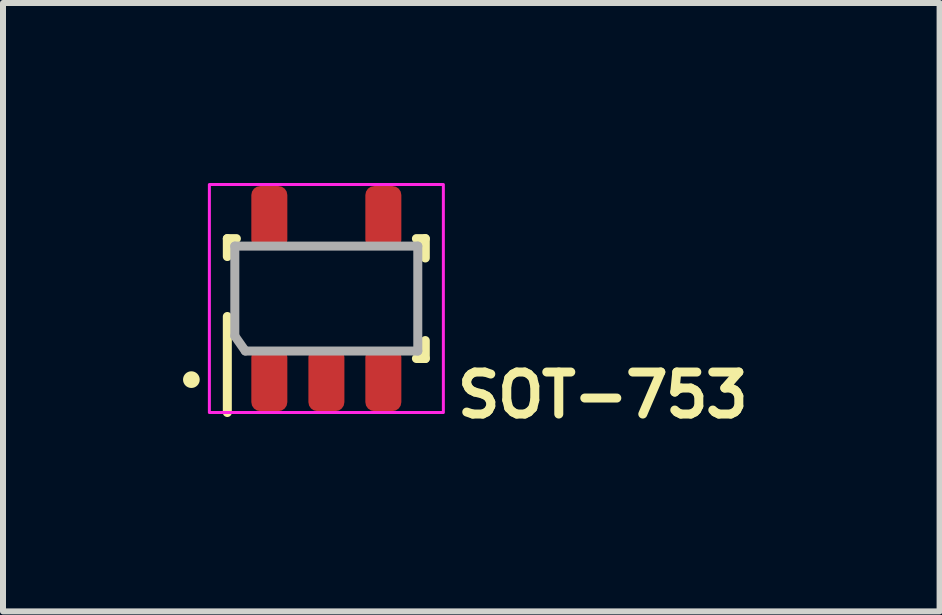
<source format=kicad_pcb>
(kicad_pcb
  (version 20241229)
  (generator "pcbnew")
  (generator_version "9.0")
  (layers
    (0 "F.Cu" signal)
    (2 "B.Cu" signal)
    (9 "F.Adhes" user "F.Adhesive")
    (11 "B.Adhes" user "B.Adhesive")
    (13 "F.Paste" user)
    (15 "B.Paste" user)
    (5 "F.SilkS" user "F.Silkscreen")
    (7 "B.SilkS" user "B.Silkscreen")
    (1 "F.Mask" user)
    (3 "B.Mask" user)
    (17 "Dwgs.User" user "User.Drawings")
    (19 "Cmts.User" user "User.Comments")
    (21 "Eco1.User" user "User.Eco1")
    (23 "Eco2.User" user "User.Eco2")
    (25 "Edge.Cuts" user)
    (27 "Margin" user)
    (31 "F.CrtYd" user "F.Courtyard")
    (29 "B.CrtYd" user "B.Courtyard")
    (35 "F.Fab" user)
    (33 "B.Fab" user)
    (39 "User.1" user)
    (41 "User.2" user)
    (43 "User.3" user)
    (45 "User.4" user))
  (footprint "SOT-753"
    (layer "F.Cu")
    (at 2.389 1.926)
    (property "Reference" "SOT-753" (at 2.107 2.017 180) (layer "F.SilkS") (effects (font (size 0.7 0.7) (thickness 0.15)) (justify left bottom)))
    (attr smd)
    (fp_line (start -1.651 -1) (end -1.5 -1) (stroke (width 0.15) (type solid)) (layer "F.SilkS"))
    (fp_line (start -1.651 -0.701) (end -1.651 -1) (stroke (width 0.15) (type solid)) (layer "F.SilkS"))
    (fp_line (start -1.651 0.298) (end -1.651 1.898) (stroke (width 0.15) (type solid)) (layer "F.SilkS"))
    (fp_line (start 1.648 -1) (end 1.5 -1) (stroke (width 0.15) (type solid)) (layer "F.SilkS"))
    (fp_line (start 1.648 -0.677) (end 1.648 -1) (stroke (width 0.15) (type solid)) (layer "F.SilkS"))
    (fp_line (start 1.648 0.699) (end 1.648 0.998) (stroke (width 0.15) (type solid)) (layer "F.SilkS"))
    (fp_line (start 1.648 0.998) (end 1.5 0.998) (stroke (width 0.15) (type solid)) (layer "F.SilkS"))
    (fp_circle (center -2.25 1.35) (end -2.21 1.4) (stroke (width 0.15) (type solid)) (fill yes) (layer "F.SilkS"))
    (fp_rect (start 1.949 1.898) (end -1.95 -1.901) (stroke (width 0.05) (type solid)) (fill no) (layer "F.CrtYd"))
    (fp_line (start -1.526 -0.875) (end -1.526 0.623) (stroke (width 0.15) (type solid)) (layer "F.Fab"))
    (fp_line (start -1.351 0.873) (end -1.526 0.623) (stroke (width 0.15) (type solid)) (layer "F.Fab"))
    (fp_line (start 1.523 -0.875) (end -1.526 -0.875) (stroke (width 0.15) (type solid)) (layer "F.Fab"))
    (fp_line (start 1.523 0.873) (end -1.351 0.873) (stroke (width 0.15) (type solid)) (layer "F.Fab"))
    (fp_line (start 1.523 0.873) (end 1.523 -0.875) (stroke (width 0.15) (type solid)) (layer "F.Fab"))
    (fp_rect (start 1.449 1.398) (end -1.45 -1.401) (stroke (width 0.1) (type solid)) (fill no) (layer "User.5"))
    (fp_line (start -1.45 -0.802) (end -1.45 0.8) (stroke (width 0.02) (type solid)) (layer "User.9"))
    (fp_line (start -1.45 -0.802) (end 1.449 -0.802) (stroke (width 0.02) (type solid)) (layer "User.9"))
    (fp_line (start -1.45 0.8) (end 1.449 0.8) (stroke (width 0.02) (type solid)) (layer "User.9"))
    (fp_line (start -1.375 -0.725) (end -1.45 -0.802) (stroke (width 0.02) (type solid)) (layer "User.9"))
    (fp_line (start -1.375 -0.725) (end -1.335 -0.686) (stroke (width 0.02) (type solid)) (layer "User.9"))
    (fp_line (start -1.375 0.723) (end -1.45 0.8) (stroke (width 0.02) (type solid)) (layer "User.9"))
    (fp_line (start -1.335 0.684) (end -1.375 0.723) (stroke (width 0.02) (type solid)) (layer "User.9"))
    (fp_line (start -1.149 -1.4) (end -1.149 -1.195) (stroke (width 0.02) (type solid)) (layer "User.9"))
    (fp_line (start -1.149 -1.4) (end -0.749 -1.4) (stroke (width 0.02) (type solid)) (layer "User.9"))
    (fp_line (start -1.149 -1.098) (end -1.149 -1.195) (stroke (width 0.02) (type solid)) (layer "User.9"))
    (fp_line (start -1.149 -1.013) (end -1.149 -1.098) (stroke (width 0.02) (type solid)) (layer "User.9"))
    (fp_line (start -1.149 -0.916) (end -1.149 -1.013) (stroke (width 0.02) (type solid)) (layer "User.9"))
    (fp_line (start -1.149 -0.916) (end -1.149 -0.802) (stroke (width 0.02) (type solid)) (layer "User.9"))
    (fp_line (start -1.149 -0.802) (end -0.749 -0.802) (stroke (width 0.02) (type solid)) (layer "User.9"))
    (fp_line (start -1.149 0.8) (end -1.149 0.914) (stroke (width 0.02) (type solid)) (layer "User.9"))
    (fp_line (start -1.149 0.8) (end -0.749 0.8) (stroke (width 0.02) (type solid)) (layer "User.9"))
    (fp_line (start -1.149 0.914) (end -1.149 1.012) (stroke (width 0.02) (type solid)) (layer "User.9"))
    (fp_line (start -1.149 1.012) (end -1.149 1.095) (stroke (width 0.02) (type solid)) (layer "User.9"))
    (fp_line (start -1.149 1.095) (end -1.149 1.194) (stroke (width 0.02) (type solid)) (layer "User.9"))
    (fp_line (start -1.149 1.194) (end -1.149 1.399) (stroke (width 0.02) (type solid)) (layer "User.9"))
    (fp_line (start -1.149 1.399) (end -0.749 1.399) (stroke (width 0.02) (type solid)) (layer "User.9"))
    (fp_line (start -1.051 0.478) (end -1.051 0.478) (stroke (width 0.02) (type solid)) (layer "User.9"))
    (fp_line (start -1.051 0.478) (end -1.051 0.478) (stroke (width 0.02) (type solid)) (layer "User.9"))
    (fp_line (start -1.051 0.478) (end -1.049 0.474) (stroke (width 0.02) (type solid)) (layer "User.9"))
    (fp_line (start -1.049 0.464) (end -1.047 0.459) (stroke (width 0.02) (type solid)) (layer "User.9"))
    (fp_line (start -1.049 0.469) (end -1.049 0.464) (stroke (width 0.02) (type solid)) (layer "User.9"))
    (fp_line (start -1.049 0.474) (end -1.049 0.469) (stroke (width 0.02) (type solid)) (layer "User.9"))
    (fp_line (start -1.049 0.484) (end -1.051 0.478) (stroke (width 0.02) (type solid)) (layer "User.9"))
    (fp_line (start -1.049 0.489) (end -1.049 0.484) (stroke (width 0.02) (type solid)) (layer "User.9"))
    (fp_line (start -1.049 0.494) (end -1.049 0.489) (stroke (width 0.02) (type solid)) (layer "User.9"))
    (fp_line (start -1.047 0.455) (end -1.045 0.45) (stroke (width 0.02) (type solid)) (layer "User.9"))
    (fp_line (start -1.047 0.459) (end -1.047 0.455) (stroke (width 0.02) (type solid)) (layer "User.9"))
    (fp_line (start -1.047 0.499) (end -1.049 0.494) (stroke (width 0.02) (type solid)) (layer "User.9"))
    (fp_line (start -1.047 0.503) (end -1.047 0.499) (stroke (width 0.02) (type solid)) (layer "User.9"))
    (fp_line (start -1.045 0.45) (end -1.043 0.444) (stroke (width 0.02) (type solid)) (layer "User.9"))
    (fp_line (start -1.045 0.508) (end -1.047 0.503) (stroke (width 0.02) (type solid)) (layer "User.9"))
    (fp_line (start -1.043 0.44) (end -1.041 0.435) (stroke (width 0.02) (type solid)) (layer "User.9"))
    (fp_line (start -1.043 0.444) (end -1.043 0.44) (stroke (width 0.02) (type solid)) (layer "User.9"))
    (fp_line (start -1.043 0.514) (end -1.045 0.508) (stroke (width 0.02) (type solid)) (layer "User.9"))
    (fp_line (start -1.043 0.518) (end -1.043 0.514) (stroke (width 0.02) (type solid)) (layer "User.9"))
    (fp_line (start -1.041 0.435) (end -1.037 0.431) (stroke (width 0.02) (type solid)) (layer "User.9"))
    (fp_line (start -1.041 0.523) (end -1.043 0.518) (stroke (width 0.02) (type solid)) (layer "User.9"))
    (fp_line (start -1.037 0.431) (end -1.035 0.427) (stroke (width 0.02) (type solid)) (layer "User.9"))
    (fp_line (start -1.037 0.527) (end -1.041 0.523) (stroke (width 0.02) (type solid)) (layer "User.9"))
    (fp_line (start -1.035 0.427) (end -1.033 0.423) (stroke (width 0.02) (type solid)) (layer "User.9"))
    (fp_line (start -1.035 0.531) (end -1.037 0.527) (stroke (width 0.02) (type solid)) (layer "User.9"))
    (fp_line (start -1.033 0.423) (end -1.031 0.419) (stroke (width 0.02) (type solid)) (layer "User.9"))
    (fp_line (start -1.033 0.535) (end -1.035 0.531) (stroke (width 0.02) (type solid)) (layer "User.9"))
    (fp_line (start -1.031 0.419) (end -1.027 0.415) (stroke (width 0.02) (type solid)) (layer "User.9"))
    (fp_line (start -1.031 0.539) (end -1.033 0.535) (stroke (width 0.02) (type solid)) (layer "User.9"))
    (fp_line (start -1.027 0.415) (end -1.025 0.412) (stroke (width 0.02) (type solid)) (layer "User.9"))
    (fp_line (start -1.027 0.543) (end -1.031 0.539) (stroke (width 0.02) (type solid)) (layer "User.9"))
    (fp_line (start -1.025 0.412) (end -1.02 0.409) (stroke (width 0.02) (type solid)) (layer "User.9"))
    (fp_line (start -1.025 0.547) (end -1.027 0.543) (stroke (width 0.02) (type solid)) (layer "User.9"))
    (fp_line (start -1.02 0.409) (end -1.018 0.405) (stroke (width 0.02) (type solid)) (layer "User.9"))
    (fp_line (start -1.02 0.55) (end -1.025 0.547) (stroke (width 0.02) (type solid)) (layer "User.9"))
    (fp_line (start -1.018 0.405) (end -1.014 0.402) (stroke (width 0.02) (type solid)) (layer "User.9"))
    (fp_line (start -1.018 0.554) (end -1.02 0.55) (stroke (width 0.02) (type solid)) (layer "User.9"))
    (fp_line (start -1.014 0.402) (end -1.01 0.399) (stroke (width 0.02) (type solid)) (layer "User.9"))
    (fp_line (start -1.014 0.557) (end -1.018 0.554) (stroke (width 0.02) (type solid)) (layer "User.9"))
    (fp_line (start -1.01 0.399) (end -1.006 0.397) (stroke (width 0.02) (type solid)) (layer "User.9"))
    (fp_line (start -1.01 0.56) (end -1.014 0.557) (stroke (width 0.02) (type solid)) (layer "User.9"))
    (fp_line (start -1.006 0.397) (end -1.002 0.394) (stroke (width 0.02) (type solid)) (layer "User.9"))
    (fp_line (start -1.006 0.562) (end -1.01 0.56) (stroke (width 0.02) (type solid)) (layer "User.9"))
    (fp_line (start -1.002 0.394) (end -0.997 0.392) (stroke (width 0.02) (type solid)) (layer "User.9"))
    (fp_line (start -1.002 0.565) (end -1.006 0.562) (stroke (width 0.02) (type solid)) (layer "User.9"))
    (fp_line (start -0.997 0.392) (end -0.993 0.389) (stroke (width 0.02) (type solid)) (layer "User.9"))
    (fp_line (start -0.997 0.567) (end -1.002 0.565) (stroke (width 0.02) (type solid)) (layer "User.9"))
    (fp_line (start -0.993 0.389) (end -0.988 0.387) (stroke (width 0.02) (type solid)) (layer "User.9"))
    (fp_line (start -0.993 0.57) (end -0.997 0.567) (stroke (width 0.02) (type solid)) (layer "User.9"))
    (fp_line (start -0.988 0.387) (end -0.984 0.386) (stroke (width 0.02) (type solid)) (layer "User.9"))
    (fp_line (start -0.988 0.572) (end -0.993 0.57) (stroke (width 0.02) (type solid)) (layer "User.9"))
    (fp_line (start -0.984 0.386) (end -0.979 0.384) (stroke (width 0.02) (type solid)) (layer "User.9"))
    (fp_line (start -0.984 0.573) (end -0.988 0.572) (stroke (width 0.02) (type solid)) (layer "User.9"))
    (fp_line (start -0.979 0.384) (end -0.974 0.382) (stroke (width 0.02) (type solid)) (layer "User.9"))
    (fp_line (start -0.979 0.575) (end -0.984 0.573) (stroke (width 0.02) (type solid)) (layer "User.9"))
    (fp_line (start -0.974 0.382) (end -0.97 0.381) (stroke (width 0.02) (type solid)) (layer "User.9"))
    (fp_line (start -0.974 0.575) (end -0.979 0.575) (stroke (width 0.02) (type solid)) (layer "User.9"))
    (fp_line (start -0.97 0.381) (end -0.965 0.38) (stroke (width 0.02) (type solid)) (layer "User.9"))
    (fp_line (start -0.97 0.576) (end -0.974 0.575) (stroke (width 0.02) (type solid)) (layer "User.9"))
    (fp_line (start -0.965 0.38) (end -0.96 0.379) (stroke (width 0.02) (type solid)) (layer "User.9"))
    (fp_line (start -0.965 0.577) (end -0.97 0.576) (stroke (width 0.02) (type solid)) (layer "User.9"))
    (fp_line (start -0.96 0.379) (end -0.956 0.379) (stroke (width 0.02) (type solid)) (layer "User.9"))
    (fp_line (start -0.96 0.578) (end -0.965 0.577) (stroke (width 0.02) (type solid)) (layer "User.9"))
    (fp_line (start -0.956 0.379) (end -0.95 0.378) (stroke (width 0.02) (type solid)) (layer "User.9"))
    (fp_line (start -0.956 0.578) (end -0.96 0.578) (stroke (width 0.02) (type solid)) (layer "User.9"))
    (fp_line (start -0.95 0.378) (end -0.95 0.378) (stroke (width 0.02) (type solid)) (layer "User.9"))
    (fp_line (start -0.95 0.378) (end -0.945 0.379) (stroke (width 0.02) (type solid)) (layer "User.9"))
    (fp_line (start -0.95 0.578) (end -0.956 0.578) (stroke (width 0.02) (type solid)) (layer "User.9"))
    (fp_line (start -0.95 0.578) (end -0.95 0.578) (stroke (width 0.02) (type solid)) (layer "User.9"))
    (fp_line (start -0.945 0.379) (end -0.94 0.379) (stroke (width 0.02) (type solid)) (layer "User.9"))
    (fp_line (start -0.945 0.578) (end -0.95 0.578) (stroke (width 0.02) (type solid)) (layer "User.9"))
    (fp_line (start -0.94 0.379) (end -0.935 0.38) (stroke (width 0.02) (type solid)) (layer "User.9"))
    (fp_line (start -0.94 0.578) (end -0.945 0.578) (stroke (width 0.02) (type solid)) (layer "User.9"))
    (fp_line (start -0.935 0.38) (end -0.93 0.381) (stroke (width 0.02) (type solid)) (layer "User.9"))
    (fp_line (start -0.935 0.577) (end -0.94 0.578) (stroke (width 0.02) (type solid)) (layer "User.9"))
    (fp_line (start -0.93 0.381) (end -0.926 0.382) (stroke (width 0.02) (type solid)) (layer "User.9"))
    (fp_line (start -0.93 0.576) (end -0.935 0.577) (stroke (width 0.02) (type solid)) (layer "User.9"))
    (fp_line (start -0.926 0.382) (end -0.921 0.384) (stroke (width 0.02) (type solid)) (layer "User.9"))
    (fp_line (start -0.926 0.575) (end -0.93 0.576) (stroke (width 0.02) (type solid)) (layer "User.9"))
    (fp_line (start -0.921 0.384) (end -0.916 0.386) (stroke (width 0.02) (type solid)) (layer "User.9"))
    (fp_line (start -0.921 0.575) (end -0.926 0.575) (stroke (width 0.02) (type solid)) (layer "User.9"))
    (fp_line (start -0.916 0.386) (end -0.912 0.387) (stroke (width 0.02) (type solid)) (layer "User.9"))
    (fp_line (start -0.916 0.573) (end -0.921 0.575) (stroke (width 0.02) (type solid)) (layer "User.9"))
    (fp_line (start -0.912 0.387) (end -0.907 0.389) (stroke (width 0.02) (type solid)) (layer "User.9"))
    (fp_line (start -0.912 0.572) (end -0.916 0.573) (stroke (width 0.02) (type solid)) (layer "User.9"))
    (fp_line (start -0.907 0.389) (end -0.903 0.392) (stroke (width 0.02) (type solid)) (layer "User.9"))
    (fp_line (start -0.907 0.57) (end -0.912 0.572) (stroke (width 0.02) (type solid)) (layer "User.9"))
    (fp_line (start -0.903 0.392) (end -0.899 0.394) (stroke (width 0.02) (type solid)) (layer "User.9"))
    (fp_line (start -0.903 0.567) (end -0.907 0.57) (stroke (width 0.02) (type solid)) (layer "User.9"))
    (fp_line (start -0.899 0.394) (end -0.894 0.397) (stroke (width 0.02) (type solid)) (layer "User.9"))
    (fp_line (start -0.899 0.565) (end -0.903 0.567) (stroke (width 0.02) (type solid)) (layer "User.9"))
    (fp_line (start -0.894 0.397) (end -0.89 0.399) (stroke (width 0.02) (type solid)) (layer "User.9"))
    (fp_line (start -0.894 0.562) (end -0.899 0.565) (stroke (width 0.02) (type solid)) (layer "User.9"))
    (fp_line (start -0.89 0.399) (end -0.886 0.402) (stroke (width 0.02) (type solid)) (layer "User.9"))
    (fp_line (start -0.89 0.56) (end -0.894 0.562) (stroke (width 0.02) (type solid)) (layer "User.9"))
    (fp_line (start -0.886 0.402) (end -0.882 0.405) (stroke (width 0.02) (type solid)) (layer "User.9"))
    (fp_line (start -0.886 0.557) (end -0.89 0.56) (stroke (width 0.02) (type solid)) (layer "User.9"))
    (fp_line (start -0.882 0.405) (end -0.879 0.409) (stroke (width 0.02) (type solid)) (layer "User.9"))
    (fp_line (start -0.882 0.554) (end -0.886 0.557) (stroke (width 0.02) (type solid)) (layer "User.9"))
    (fp_line (start -0.879 0.409) (end -0.875 0.412) (stroke (width 0.02) (type solid)) (layer "User.9"))
    (fp_line (start -0.879 0.55) (end -0.882 0.554) (stroke (width 0.02) (type solid)) (layer "User.9"))
    (fp_line (start -0.875 0.412) (end -0.872 0.415) (stroke (width 0.02) (type solid)) (layer "User.9"))
    (fp_line (start -0.875 0.547) (end -0.879 0.55) (stroke (width 0.02) (type solid)) (layer "User.9"))
    (fp_line (start -0.872 0.415) (end -0.869 0.419) (stroke (width 0.02) (type solid)) (layer "User.9"))
    (fp_line (start -0.872 0.543) (end -0.875 0.547) (stroke (width 0.02) (type solid)) (layer "User.9"))
    (fp_line (start -0.869 0.419) (end -0.867 0.423) (stroke (width 0.02) (type solid)) (layer "User.9"))
    (fp_line (start -0.869 0.539) (end -0.872 0.543) (stroke (width 0.02) (type solid)) (layer "User.9"))
    (fp_line (start -0.867 0.423) (end -0.864 0.427) (stroke (width 0.02) (type solid)) (layer "User.9"))
    (fp_line (start -0.867 0.535) (end -0.869 0.539) (stroke (width 0.02) (type solid)) (layer "User.9"))
    (fp_line (start -0.864 0.427) (end -0.862 0.431) (stroke (width 0.02) (type solid)) (layer "User.9"))
    (fp_line (start -0.864 0.531) (end -0.867 0.535) (stroke (width 0.02) (type solid)) (layer "User.9"))
    (fp_line (start -0.862 0.431) (end -0.859 0.435) (stroke (width 0.02) (type solid)) (layer "User.9"))
    (fp_line (start -0.862 0.527) (end -0.864 0.531) (stroke (width 0.02) (type solid)) (layer "User.9"))
    (fp_line (start -0.859 0.435) (end -0.857 0.44) (stroke (width 0.02) (type solid)) (layer "User.9"))
    (fp_line (start -0.859 0.523) (end -0.862 0.527) (stroke (width 0.02) (type solid)) (layer "User.9"))
    (fp_line (start -0.857 0.44) (end -0.856 0.444) (stroke (width 0.02) (type solid)) (layer "User.9"))
    (fp_line (start -0.857 0.518) (end -0.859 0.523) (stroke (width 0.02) (type solid)) (layer "User.9"))
    (fp_line (start -0.856 0.444) (end -0.854 0.45) (stroke (width 0.02) (type solid)) (layer "User.9"))
    (fp_line (start -0.856 0.514) (end -0.857 0.518) (stroke (width 0.02) (type solid)) (layer "User.9"))
    (fp_line (start -0.854 0.45) (end -0.853 0.455) (stroke (width 0.02) (type solid)) (layer "User.9"))
    (fp_line (start -0.854 0.508) (end -0.856 0.514) (stroke (width 0.02) (type solid)) (layer "User.9"))
    (fp_line (start -0.853 0.455) (end -0.852 0.459) (stroke (width 0.02) (type solid)) (layer "User.9"))
    (fp_line (start -0.853 0.503) (end -0.854 0.508) (stroke (width 0.02) (type solid)) (layer "User.9"))
    (fp_line (start -0.852 0.459) (end -0.851 0.464) (stroke (width 0.02) (type solid)) (layer "User.9"))
    (fp_line (start -0.852 0.499) (end -0.853 0.503) (stroke (width 0.02) (type solid)) (layer "User.9"))
    (fp_line (start -0.851 0.464) (end -0.85 0.469) (stroke (width 0.02) (type solid)) (layer "User.9"))
    (fp_line (start -0.851 0.494) (end -0.852 0.499) (stroke (width 0.02) (type solid)) (layer "User.9"))
    (fp_line (start -0.85 0.469) (end -0.85 0.474) (stroke (width 0.02) (type solid)) (layer "User.9"))
    (fp_line (start -0.85 0.474) (end -0.849 0.478) (stroke (width 0.02) (type solid)) (layer "User.9"))
    (fp_line (start -0.85 0.484) (end -0.85 0.489) (stroke (width 0.02) (type solid)) (layer "User.9"))
    (fp_line (start -0.85 0.489) (end -0.851 0.494) (stroke (width 0.02) (type solid)) (layer "User.9"))
    (fp_line (start -0.849 0.478) (end -0.85 0.484) (stroke (width 0.02) (type solid)) (layer "User.9"))
    (fp_line (start -0.849 0.478) (end -0.849 0.478) (stroke (width 0.02) (type solid)) (layer "User.9"))
    (fp_line (start -0.749 -1.4) (end -0.749 -1.195) (stroke (width 0.02) (type solid)) (layer "User.9"))
    (fp_line (start -0.749 -1.098) (end -0.749 -1.195) (stroke (width 0.02) (type solid)) (layer "User.9"))
    (fp_line (start -0.749 -1.013) (end -0.749 -1.098) (stroke (width 0.02) (type solid)) (layer "User.9"))
    (fp_line (start -0.749 -0.916) (end -0.749 -1.013) (stroke (width 0.02) (type solid)) (layer "User.9"))
    (fp_line (start -0.749 -0.916) (end -0.749 -0.802) (stroke (width 0.02) (type solid)) (layer "User.9"))
    (fp_line (start -0.749 0.8) (end -0.749 0.914) (stroke (width 0.02) (type solid)) (layer "User.9"))
    (fp_line (start -0.749 0.914) (end -0.749 1.012) (stroke (width 0.02) (type solid)) (layer "User.9"))
    (fp_line (start -0.749 1.012) (end -0.749 1.095) (stroke (width 0.02) (type solid)) (layer "User.9"))
    (fp_line (start -0.749 1.095) (end -0.749 1.194) (stroke (width 0.02) (type solid)) (layer "User.9"))
    (fp_line (start -0.749 1.194) (end -0.749 1.399) (stroke (width 0.02) (type solid)) (layer "User.9"))
    (fp_line (start -0.201 0.8) (end -0.201 0.914) (stroke (width 0.02) (type solid)) (layer "User.9"))
    (fp_line (start -0.201 0.8) (end 0.201 0.8) (stroke (width 0.02) (type solid)) (layer "User.9"))
    (fp_line (start -0.201 0.914) (end -0.201 1.012) (stroke (width 0.02) (type solid)) (layer "User.9"))
    (fp_line (start -0.201 1.012) (end -0.201 1.095) (stroke (width 0.02) (type solid)) (layer "User.9"))
    (fp_line (start -0.201 1.095) (end -0.201 1.194) (stroke (width 0.02) (type solid)) (layer "User.9"))
    (fp_line (start -0.201 1.194) (end -0.201 1.399) (stroke (width 0.02) (type solid)) (layer "User.9"))
    (fp_line (start -0.201 1.399) (end 0.201 1.399) (stroke (width 0.02) (type solid)) (layer "User.9"))
    (fp_line (start 0.201 0.8) (end 0.201 0.914) (stroke (width 0.02) (type solid)) (layer "User.9"))
    (fp_line (start 0.201 0.914) (end 0.201 1.012) (stroke (width 0.02) (type solid)) (layer "User.9"))
    (fp_line (start 0.201 1.012) (end 0.201 1.095) (stroke (width 0.02) (type solid)) (layer "User.9"))
    (fp_line (start 0.201 1.095) (end 0.201 1.194) (stroke (width 0.02) (type solid)) (layer "User.9"))
    (fp_line (start 0.201 1.194) (end 0.201 1.399) (stroke (width 0.02) (type solid)) (layer "User.9"))
    (fp_line (start 0.749 -1.4) (end 0.749 -1.195) (stroke (width 0.02) (type solid)) (layer "User.9"))
    (fp_line (start 0.749 -1.4) (end 1.15 -1.4) (stroke (width 0.02) (type solid)) (layer "User.9"))
    (fp_line (start 0.749 -1.098) (end 0.749 -1.195) (stroke (width 0.02) (type solid)) (layer "User.9"))
    (fp_line (start 0.749 -1.013) (end 0.749 -1.098) (stroke (width 0.02) (type solid)) (layer "User.9"))
    (fp_line (start 0.749 -0.916) (end 0.749 -1.013) (stroke (width 0.02) (type solid)) (layer "User.9"))
    (fp_line (start 0.749 -0.916) (end 0.749 -0.802) (stroke (width 0.02) (type solid)) (layer "User.9"))
    (fp_line (start 0.749 -0.802) (end 1.15 -0.802) (stroke (width 0.02) (type solid)) (layer "User.9"))
    (fp_line (start 0.749 0.8) (end 0.749 0.914) (stroke (width 0.02) (type solid)) (layer "User.9"))
    (fp_line (start 0.749 0.8) (end 1.15 0.8) (stroke (width 0.02) (type solid)) (layer "User.9"))
    (fp_line (start 0.749 0.914) (end 0.749 1.012) (stroke (width 0.02) (type solid)) (layer "User.9"))
    (fp_line (start 0.749 1.012) (end 0.749 1.095) (stroke (width 0.02) (type solid)) (layer "User.9"))
    (fp_line (start 0.749 1.095) (end 0.749 1.194) (stroke (width 0.02) (type solid)) (layer "User.9"))
    (fp_line (start 0.749 1.194) (end 0.749 1.399) (stroke (width 0.02) (type solid)) (layer "User.9"))
    (fp_line (start 0.749 1.399) (end 1.15 1.399) (stroke (width 0.02) (type solid)) (layer "User.9"))
    (fp_line (start 1.15 -1.4) (end 1.15 -1.195) (stroke (width 0.02) (type solid)) (layer "User.9"))
    (fp_line (start 1.15 -1.098) (end 1.15 -1.195) (stroke (width 0.02) (type solid)) (layer "User.9"))
    (fp_line (start 1.15 -1.013) (end 1.15 -1.098) (stroke (width 0.02) (type solid)) (layer "User.9"))
    (fp_line (start 1.15 -0.916) (end 1.15 -1.013) (stroke (width 0.02) (type solid)) (layer "User.9"))
    (fp_line (start 1.15 -0.916) (end 1.15 -0.802) (stroke (width 0.02) (type solid)) (layer "User.9"))
    (fp_line (start 1.15 0.8) (end 1.15 0.914) (stroke (width 0.02) (type solid)) (layer "User.9"))
    (fp_line (start 1.15 0.914) (end 1.15 1.012) (stroke (width 0.02) (type solid)) (layer "User.9"))
    (fp_line (start 1.15 1.012) (end 1.15 1.095) (stroke (width 0.02) (type solid)) (layer "User.9"))
    (fp_line (start 1.15 1.095) (end 1.15 1.194) (stroke (width 0.02) (type solid)) (layer "User.9"))
    (fp_line (start 1.15 1.194) (end 1.15 1.399) (stroke (width 0.02) (type solid)) (layer "User.9"))
    (fp_line (start 1.334 -0.686) (end 1.374 -0.725) (stroke (width 0.02) (type solid)) (layer "User.9"))
    (fp_line (start 1.334 0.684) (end 1.374 0.723) (stroke (width 0.02) (type solid)) (layer "User.9"))
    (fp_line (start 1.374 -0.725) (end 1.449 -0.802) (stroke (width 0.02) (type solid)) (layer "User.9"))
    (fp_line (start 1.374 0.723) (end 1.449 0.8) (stroke (width 0.02) (type solid)) (layer "User.9"))
    (fp_line (start 1.449 -0.802) (end 1.449 0.8) (stroke (width 0.02) (type solid)) (layer "User.9"))
    (pad "1" smd roundrect (at -0.951 1.35 180) (size 0.6 1.05) (layers "F.Cu" "F.Mask" "F.Paste") (roundrect_rratio 0.25))
    (pad "2" smd roundrect (at 0 1.35 180) (size 0.6 1.05) (layers "F.Cu" "F.Mask" "F.Paste") (roundrect_rratio 0.25))
    (pad "3" smd roundrect (at 0.949 1.35 180) (size 0.6 1.05) (layers "F.Cu" "F.Mask" "F.Paste") (roundrect_rratio 0.25))
    (pad "4" smd roundrect (at 0.949 -1.351 180) (size 0.6 1.05) (layers "F.Cu" "F.Mask" "F.Paste") (roundrect_rratio 0.25))
    (pad "5" smd roundrect (at -0.951 -1.351 180) (size 0.6 1.05) (layers "F.Cu" "F.Mask" "F.Paste") (roundrect_rratio 0.25)))
  (gr_rect
    (start -3 -3)
    (end 12.607 7.138)
    (stroke (width 0.1) (type default))
    (fill no)
    (layer "Edge.Cuts")))
</source>
